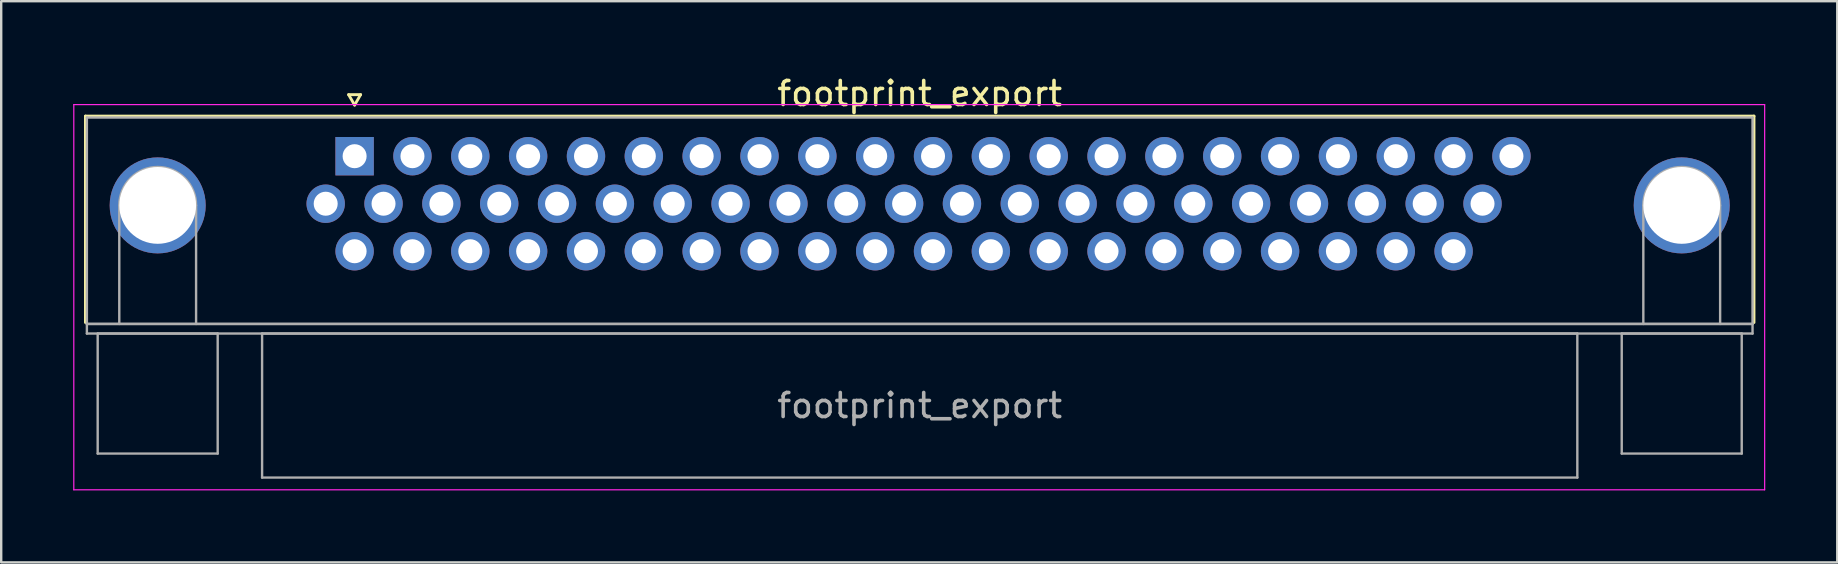
<source format=kicad_pcb>
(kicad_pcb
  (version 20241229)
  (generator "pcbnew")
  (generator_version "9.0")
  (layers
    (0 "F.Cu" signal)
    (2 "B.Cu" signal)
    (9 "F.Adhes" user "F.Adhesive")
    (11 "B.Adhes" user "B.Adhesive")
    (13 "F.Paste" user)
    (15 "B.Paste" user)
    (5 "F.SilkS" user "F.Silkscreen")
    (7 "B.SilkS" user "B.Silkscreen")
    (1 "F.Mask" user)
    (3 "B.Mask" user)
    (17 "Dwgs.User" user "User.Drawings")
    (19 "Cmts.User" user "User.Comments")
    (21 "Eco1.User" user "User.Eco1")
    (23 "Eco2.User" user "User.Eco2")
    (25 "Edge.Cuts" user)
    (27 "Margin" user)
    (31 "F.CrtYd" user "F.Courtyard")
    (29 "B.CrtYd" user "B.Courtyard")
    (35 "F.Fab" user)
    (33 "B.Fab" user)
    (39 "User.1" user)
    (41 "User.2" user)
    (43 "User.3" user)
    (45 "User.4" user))
  (footprint "footprint_export"
    (layer "F.Cu")
    (at 11.725 3.458)
    (property "Reference" "footprint_export" (at 23.545 -2.61 0) (layer "F.SilkS") (effects (font (size 1 1) (thickness 0.15))))
    (attr through_hole)
    (fp_line (start -11.215 -1.67) (end 58.305 -1.67) (stroke (width 0.12) (type solid)) (layer "F.SilkS"))
    (fp_line (start -11.215 6.93) (end -11.215 -1.67) (stroke (width 0.12) (type solid)) (layer "F.SilkS"))
    (fp_line (start -0.25 -2.564) (end 0.25 -2.564) (stroke (width 0.12) (type solid)) (layer "F.SilkS"))
    (fp_line (start 0 -2.131) (end -0.25 -2.564) (stroke (width 0.12) (type solid)) (layer "F.SilkS"))
    (fp_line (start 0.25 -2.564) (end 0 -2.131) (stroke (width 0.12) (type solid)) (layer "F.SilkS"))
    (fp_line (start 58.305 -1.67) (end 58.305 6.93) (stroke (width 0.12) (type solid)) (layer "F.SilkS"))
    (fp_line (start -11.7 -2.15) (end -11.7 13.9) (stroke (width 0.05) (type solid)) (layer "F.CrtYd"))
    (fp_line (start -11.7 13.9) (end 58.75 13.9) (stroke (width 0.05) (type solid)) (layer "F.CrtYd"))
    (fp_line (start 58.75 -2.15) (end -11.7 -2.15) (stroke (width 0.05) (type solid)) (layer "F.CrtYd"))
    (fp_line (start 58.75 13.9) (end 58.75 -2.15) (stroke (width 0.05) (type solid)) (layer "F.CrtYd"))
    (fp_line (start -11.155 -1.61) (end -11.155 6.99) (stroke (width 0.1) (type solid)) (layer "F.Fab"))
    (fp_line (start -11.155 6.99) (end -11.155 7.39) (stroke (width 0.1) (type solid)) (layer "F.Fab"))
    (fp_line (start -11.155 6.99) (end 58.245 6.99) (stroke (width 0.1) (type solid)) (layer "F.Fab"))
    (fp_line (start -11.155 7.39) (end 58.245 7.39) (stroke (width 0.1) (type solid)) (layer "F.Fab"))
    (fp_line (start -10.705 7.39) (end -10.705 12.39) (stroke (width 0.1) (type solid)) (layer "F.Fab"))
    (fp_line (start -10.705 12.39) (end -5.705 12.39) (stroke (width 0.1) (type solid)) (layer "F.Fab"))
    (fp_line (start -9.805 6.99) (end -9.805 2.05) (stroke (width 0.1) (type solid)) (layer "F.Fab"))
    (fp_line (start -6.605 6.99) (end -6.605 2.05) (stroke (width 0.1) (type solid)) (layer "F.Fab"))
    (fp_line (start -5.705 7.39) (end -10.705 7.39) (stroke (width 0.1) (type solid)) (layer "F.Fab"))
    (fp_line (start -5.705 12.39) (end -5.705 7.39) (stroke (width 0.1) (type solid)) (layer "F.Fab"))
    (fp_line (start -3.855 7.39) (end -3.855 13.39) (stroke (width 0.1) (type solid)) (layer "F.Fab"))
    (fp_line (start -3.855 13.39) (end 50.945 13.39) (stroke (width 0.1) (type solid)) (layer "F.Fab"))
    (fp_line (start 50.945 7.39) (end -3.855 7.39) (stroke (width 0.1) (type solid)) (layer "F.Fab"))
    (fp_line (start 50.945 13.39) (end 50.945 7.39) (stroke (width 0.1) (type solid)) (layer "F.Fab"))
    (fp_line (start 52.795 7.39) (end 52.795 12.39) (stroke (width 0.1) (type solid)) (layer "F.Fab"))
    (fp_line (start 52.795 12.39) (end 57.795 12.39) (stroke (width 0.1) (type solid)) (layer "F.Fab"))
    (fp_line (start 53.695 6.99) (end 53.695 2.05) (stroke (width 0.1) (type solid)) (layer "F.Fab"))
    (fp_line (start 56.895 6.99) (end 56.895 2.05) (stroke (width 0.1) (type solid)) (layer "F.Fab"))
    (fp_line (start 57.795 7.39) (end 52.795 7.39) (stroke (width 0.1) (type solid)) (layer "F.Fab"))
    (fp_line (start 57.795 12.39) (end 57.795 7.39) (stroke (width 0.1) (type solid)) (layer "F.Fab"))
    (fp_line (start 58.245 -1.61) (end -11.155 -1.61) (stroke (width 0.1) (type solid)) (layer "F.Fab"))
    (fp_line (start 58.245 6.99) (end -11.155 6.99) (stroke (width 0.1) (type solid)) (layer "F.Fab"))
    (fp_line (start 58.245 6.99) (end 58.245 -1.61) (stroke (width 0.1) (type solid)) (layer "F.Fab"))
    (fp_line (start 58.245 7.39) (end 58.245 6.99) (stroke (width 0.1) (type solid)) (layer "F.Fab"))
    (fp_arc (start -9.805 2.05) (mid -8.205 0.45) (end -6.605 2.05) (stroke (width 0.1) (type solid)) (layer "F.Fab"))
    (fp_arc (start 53.695 2.05) (mid 55.295 0.45) (end 56.895 2.05) (stroke (width 0.1) (type solid)) (layer "F.Fab"))
    (fp_text user "${REFERENCE}" (at 23.545 10.39 0) (layer "F.Fab") (effects (font (size 1 1) (thickness 0.15))))
    (pad "0" thru_hole circle (at -8.205 2.05) (size 4 4) (drill 3.2) (layers "*.Cu" "*.Mask"))
    (pad "0" thru_hole circle (at 55.295 2.05) (size 4 4) (drill 3.2) (layers "*.Cu" "*.Mask"))
    (pad "1" thru_hole rect (at 0 0) (size 1.6 1.6) (drill 1) (layers "*.Cu" "*.Mask"))
    (pad "2" thru_hole circle (at 2.41 0) (size 1.6 1.6) (drill 1) (layers "*.Cu" "*.Mask"))
    (pad "3" thru_hole circle (at 4.82 0) (size 1.6 1.6) (drill 1) (layers "*.Cu" "*.Mask"))
    (pad "4" thru_hole circle (at 7.23 0) (size 1.6 1.6) (drill 1) (layers "*.Cu" "*.Mask"))
    (pad "5" thru_hole circle (at 9.64 0) (size 1.6 1.6) (drill 1) (layers "*.Cu" "*.Mask"))
    (pad "6" thru_hole circle (at 12.05 0) (size 1.6 1.6) (drill 1) (layers "*.Cu" "*.Mask"))
    (pad "7" thru_hole circle (at 14.46 0) (size 1.6 1.6) (drill 1) (layers "*.Cu" "*.Mask"))
    (pad "8" thru_hole circle (at 16.87 0) (size 1.6 1.6) (drill 1) (layers "*.Cu" "*.Mask"))
    (pad "9" thru_hole circle (at 19.28 0) (size 1.6 1.6) (drill 1) (layers "*.Cu" "*.Mask"))
    (pad "10" thru_hole circle (at 21.69 0) (size 1.6 1.6) (drill 1) (layers "*.Cu" "*.Mask"))
    (pad "11" thru_hole circle (at 24.1 0) (size 1.6 1.6) (drill 1) (layers "*.Cu" "*.Mask"))
    (pad "12" thru_hole circle (at 26.51 0) (size 1.6 1.6) (drill 1) (layers "*.Cu" "*.Mask"))
    (pad "13" thru_hole circle (at 28.92 0) (size 1.6 1.6) (drill 1) (layers "*.Cu" "*.Mask"))
    (pad "14" thru_hole circle (at 31.33 0) (size 1.6 1.6) (drill 1) (layers "*.Cu" "*.Mask"))
    (pad "15" thru_hole circle (at 33.74 0) (size 1.6 1.6) (drill 1) (layers "*.Cu" "*.Mask"))
    (pad "16" thru_hole circle (at 36.15 0) (size 1.6 1.6) (drill 1) (layers "*.Cu" "*.Mask"))
    (pad "17" thru_hole circle (at 38.56 0) (size 1.6 1.6) (drill 1) (layers "*.Cu" "*.Mask"))
    (pad "18" thru_hole circle (at 40.97 0) (size 1.6 1.6) (drill 1) (layers "*.Cu" "*.Mask"))
    (pad "19" thru_hole circle (at 43.38 0) (size 1.6 1.6) (drill 1) (layers "*.Cu" "*.Mask"))
    (pad "20" thru_hole circle (at 45.79 0) (size 1.6 1.6) (drill 1) (layers "*.Cu" "*.Mask"))
    (pad "21" thru_hole circle (at 48.2 0) (size 1.6 1.6) (drill 1) (layers "*.Cu" "*.Mask"))
    (pad "22" thru_hole circle (at -1.205 1.98) (size 1.6 1.6) (drill 1) (layers "*.Cu" "*.Mask"))
    (pad "23" thru_hole circle (at 1.205 1.98) (size 1.6 1.6) (drill 1) (layers "*.Cu" "*.Mask"))
    (pad "24" thru_hole circle (at 3.615 1.98) (size 1.6 1.6) (drill 1) (layers "*.Cu" "*.Mask"))
    (pad "25" thru_hole circle (at 6.025 1.98) (size 1.6 1.6) (drill 1) (layers "*.Cu" "*.Mask"))
    (pad "26" thru_hole circle (at 8.435 1.98) (size 1.6 1.6) (drill 1) (layers "*.Cu" "*.Mask"))
    (pad "27" thru_hole circle (at 10.845 1.98) (size 1.6 1.6) (drill 1) (layers "*.Cu" "*.Mask"))
    (pad "28" thru_hole circle (at 13.255 1.98) (size 1.6 1.6) (drill 1) (layers "*.Cu" "*.Mask"))
    (pad "29" thru_hole circle (at 15.665 1.98) (size 1.6 1.6) (drill 1) (layers "*.Cu" "*.Mask"))
    (pad "30" thru_hole circle (at 18.075 1.98) (size 1.6 1.6) (drill 1) (layers "*.Cu" "*.Mask"))
    (pad "31" thru_hole circle (at 20.485 1.98) (size 1.6 1.6) (drill 1) (layers "*.Cu" "*.Mask"))
    (pad "32" thru_hole circle (at 22.895 1.98) (size 1.6 1.6) (drill 1) (layers "*.Cu" "*.Mask"))
    (pad "33" thru_hole circle (at 25.305 1.98) (size 1.6 1.6) (drill 1) (layers "*.Cu" "*.Mask"))
    (pad "34" thru_hole circle (at 27.715 1.98) (size 1.6 1.6) (drill 1) (layers "*.Cu" "*.Mask"))
    (pad "35" thru_hole circle (at 30.125 1.98) (size 1.6 1.6) (drill 1) (layers "*.Cu" "*.Mask"))
    (pad "36" thru_hole circle (at 32.535 1.98) (size 1.6 1.6) (drill 1) (layers "*.Cu" "*.Mask"))
    (pad "37" thru_hole circle (at 34.945 1.98) (size 1.6 1.6) (drill 1) (layers "*.Cu" "*.Mask"))
    (pad "38" thru_hole circle (at 37.355 1.98) (size 1.6 1.6) (drill 1) (layers "*.Cu" "*.Mask"))
    (pad "39" thru_hole circle (at 39.765 1.98) (size 1.6 1.6) (drill 1) (layers "*.Cu" "*.Mask"))
    (pad "40" thru_hole circle (at 42.175 1.98) (size 1.6 1.6) (drill 1) (layers "*.Cu" "*.Mask"))
    (pad "41" thru_hole circle (at 44.585 1.98) (size 1.6 1.6) (drill 1) (layers "*.Cu" "*.Mask"))
    (pad "42" thru_hole circle (at 46.995 1.98) (size 1.6 1.6) (drill 1) (layers "*.Cu" "*.Mask"))
    (pad "43" thru_hole circle (at 0 3.96) (size 1.6 1.6) (drill 1) (layers "*.Cu" "*.Mask"))
    (pad "44" thru_hole circle (at 2.41 3.96) (size 1.6 1.6) (drill 1) (layers "*.Cu" "*.Mask"))
    (pad "45" thru_hole circle (at 4.82 3.96) (size 1.6 1.6) (drill 1) (layers "*.Cu" "*.Mask"))
    (pad "46" thru_hole circle (at 7.23 3.96) (size 1.6 1.6) (drill 1) (layers "*.Cu" "*.Mask"))
    (pad "47" thru_hole circle (at 9.64 3.96) (size 1.6 1.6) (drill 1) (layers "*.Cu" "*.Mask"))
    (pad "48" thru_hole circle (at 12.05 3.96) (size 1.6 1.6) (drill 1) (layers "*.Cu" "*.Mask"))
    (pad "49" thru_hole circle (at 14.46 3.96) (size 1.6 1.6) (drill 1) (layers "*.Cu" "*.Mask"))
    (pad "50" thru_hole circle (at 16.87 3.96) (size 1.6 1.6) (drill 1) (layers "*.Cu" "*.Mask"))
    (pad "51" thru_hole circle (at 19.28 3.96) (size 1.6 1.6) (drill 1) (layers "*.Cu" "*.Mask"))
    (pad "52" thru_hole circle (at 21.69 3.96) (size 1.6 1.6) (drill 1) (layers "*.Cu" "*.Mask"))
    (pad "53" thru_hole circle (at 24.1 3.96) (size 1.6 1.6) (drill 1) (layers "*.Cu" "*.Mask"))
    (pad "54" thru_hole circle (at 26.51 3.96) (size 1.6 1.6) (drill 1) (layers "*.Cu" "*.Mask"))
    (pad "55" thru_hole circle (at 28.92 3.96) (size 1.6 1.6) (drill 1) (layers "*.Cu" "*.Mask"))
    (pad "56" thru_hole circle (at 31.33 3.96) (size 1.6 1.6) (drill 1) (layers "*.Cu" "*.Mask"))
    (pad "57" thru_hole circle (at 33.74 3.96) (size 1.6 1.6) (drill 1) (layers "*.Cu" "*.Mask"))
    (pad "58" thru_hole circle (at 36.15 3.96) (size 1.6 1.6) (drill 1) (layers "*.Cu" "*.Mask"))
    (pad "59" thru_hole circle (at 38.56 3.96) (size 1.6 1.6) (drill 1) (layers "*.Cu" "*.Mask"))
    (pad "60" thru_hole circle (at 40.97 3.96) (size 1.6 1.6) (drill 1) (layers "*.Cu" "*.Mask"))
    (pad "61" thru_hole circle (at 43.38 3.96) (size 1.6 1.6) (drill 1) (layers "*.Cu" "*.Mask"))
    (pad "62" thru_hole circle (at 45.79 3.96) (size 1.6 1.6) (drill 1) (layers "*.Cu" "*.Mask")))
  (gr_rect
    (start -3 -3)
    (end 73.5 20.383)
    (stroke (width 0.1) (type default))
    (fill no)
    (layer "Edge.Cuts")))
</source>
